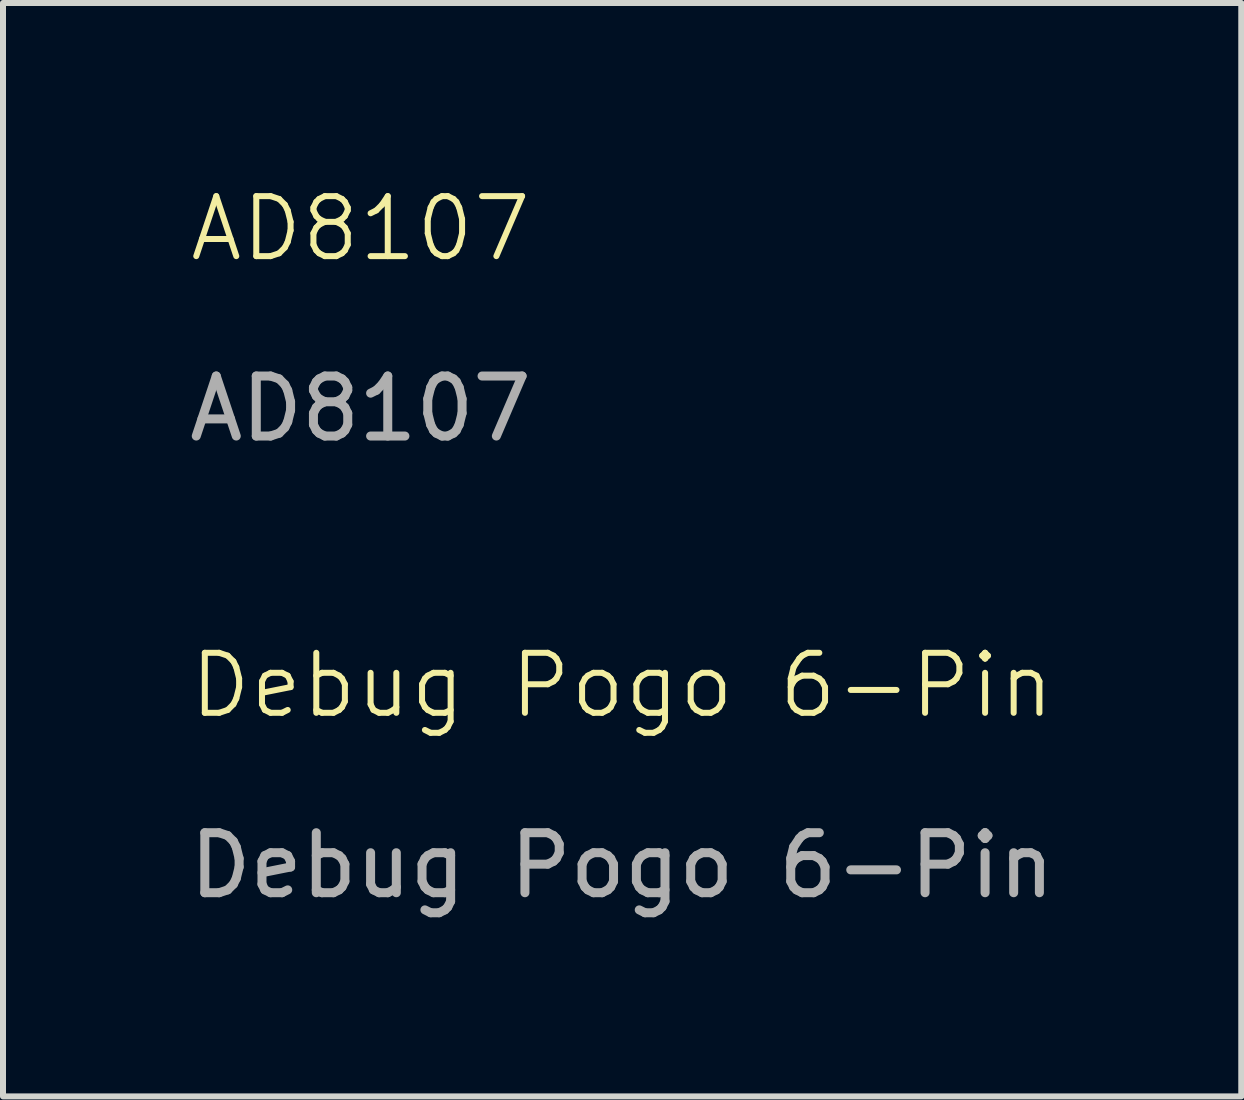
<source format=kicad_pcb>
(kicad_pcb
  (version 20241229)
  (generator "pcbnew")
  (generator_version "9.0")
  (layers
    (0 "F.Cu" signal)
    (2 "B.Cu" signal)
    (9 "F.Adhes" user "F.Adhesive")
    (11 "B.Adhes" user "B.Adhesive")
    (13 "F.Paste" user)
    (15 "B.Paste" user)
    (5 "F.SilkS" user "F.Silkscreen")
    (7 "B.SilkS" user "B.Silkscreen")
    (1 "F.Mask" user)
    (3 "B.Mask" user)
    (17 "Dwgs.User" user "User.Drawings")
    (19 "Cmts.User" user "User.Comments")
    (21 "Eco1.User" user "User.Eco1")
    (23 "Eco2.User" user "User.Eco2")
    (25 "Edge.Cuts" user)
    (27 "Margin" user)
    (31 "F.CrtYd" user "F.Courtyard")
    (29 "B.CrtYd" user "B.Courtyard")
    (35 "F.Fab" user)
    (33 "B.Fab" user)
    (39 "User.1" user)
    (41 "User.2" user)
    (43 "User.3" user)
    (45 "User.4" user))
  (footprint "AD8107"
    (layer "F.Cu")
    (at 2.958 1.26)
    (property "Reference" "AD8107" (at 0 -0.5 0) (unlocked yes) (layer "F.SilkS") (effects (font (size 1 1) (thickness 0.1))))
    (attr smd)
    (fp_text user "${REFERENCE}" (at 0 2.5 0) (unlocked yes) (layer "F.Fab") (effects (font (size 1 1) (thickness 0.15)))))
  (footprint "Debug Pogo 6-Pin"
    (layer "F.Cu")
    (at 7.315 8.869)
    (property "Reference" "Debug Pogo 6-Pin" (at 0 -0.5 0) (unlocked yes) (layer "F.SilkS") (effects (font (size 1 1) (thickness 0.1))))
    (attr smd)
    (fp_text user "${REFERENCE}" (at 0 2.5 0) (unlocked yes) (layer "F.Fab") (effects (font (size 1 1) (thickness 0.15)))))
  (gr_rect
    (start -3 -3)
    (end 17.631 15.217)
    (stroke (width 0.1) (type default))
    (fill no)
    (layer "Edge.Cuts")))
</source>
